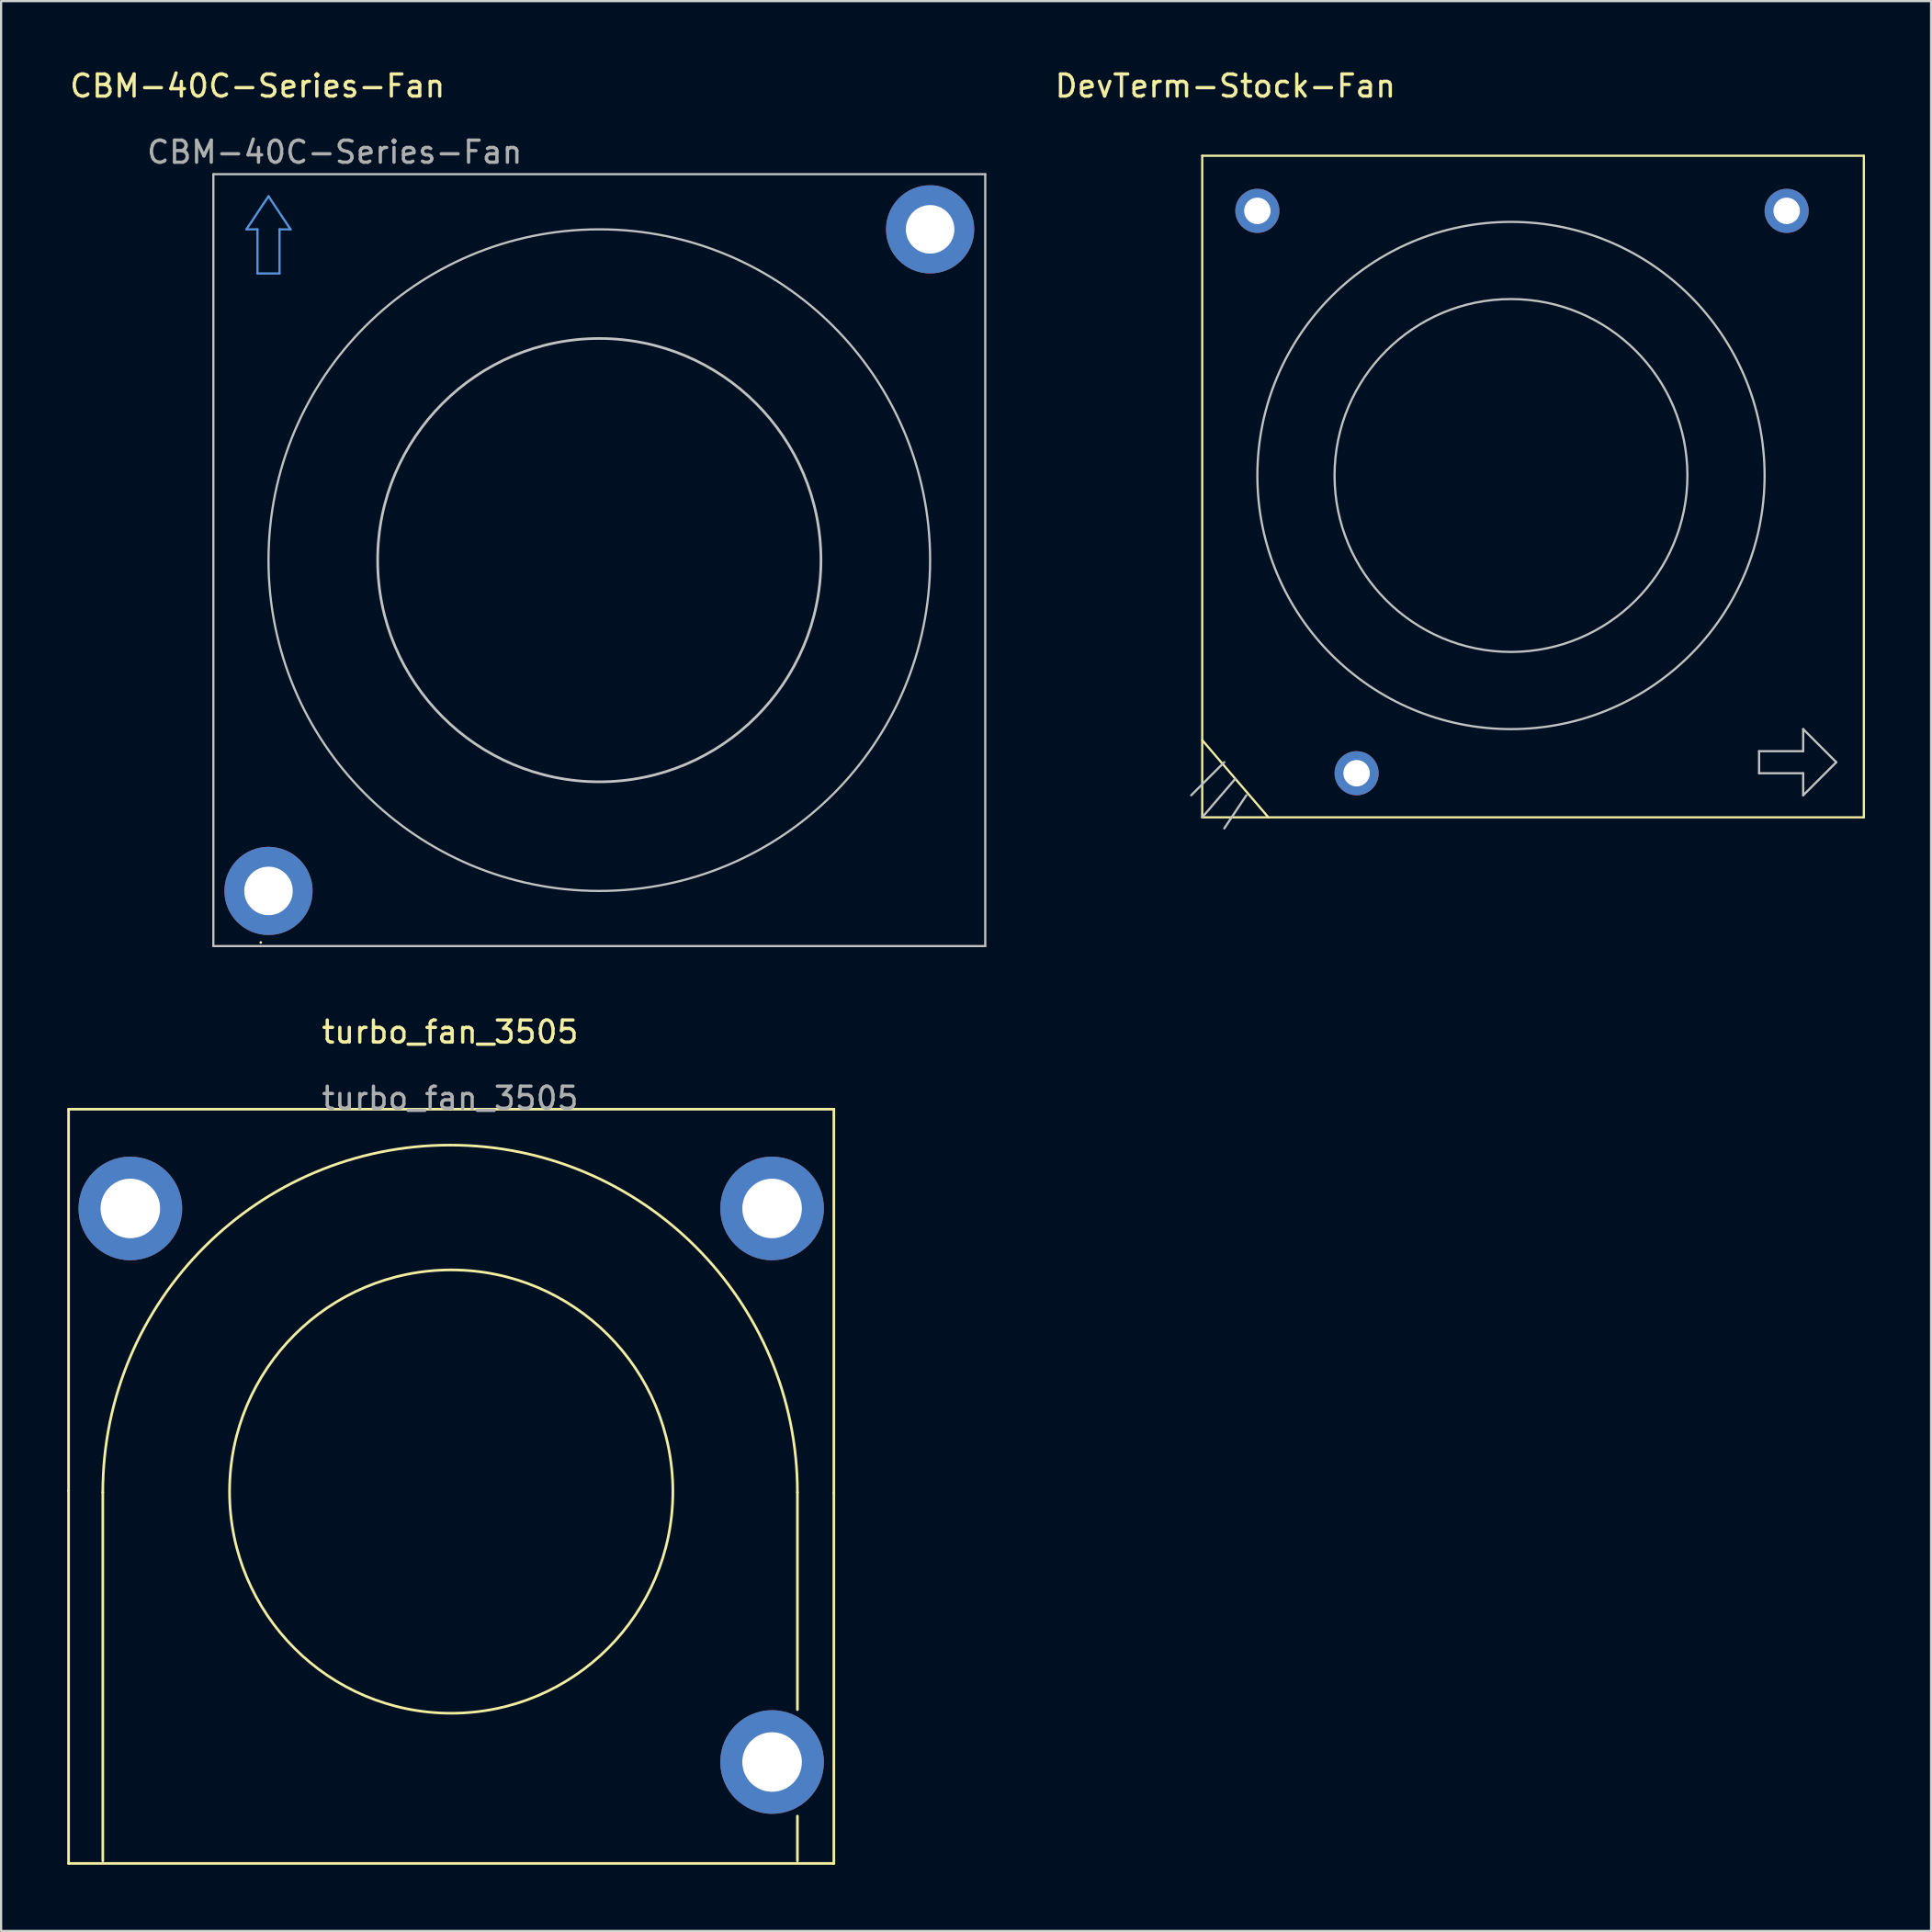
<source format=kicad_pcb>
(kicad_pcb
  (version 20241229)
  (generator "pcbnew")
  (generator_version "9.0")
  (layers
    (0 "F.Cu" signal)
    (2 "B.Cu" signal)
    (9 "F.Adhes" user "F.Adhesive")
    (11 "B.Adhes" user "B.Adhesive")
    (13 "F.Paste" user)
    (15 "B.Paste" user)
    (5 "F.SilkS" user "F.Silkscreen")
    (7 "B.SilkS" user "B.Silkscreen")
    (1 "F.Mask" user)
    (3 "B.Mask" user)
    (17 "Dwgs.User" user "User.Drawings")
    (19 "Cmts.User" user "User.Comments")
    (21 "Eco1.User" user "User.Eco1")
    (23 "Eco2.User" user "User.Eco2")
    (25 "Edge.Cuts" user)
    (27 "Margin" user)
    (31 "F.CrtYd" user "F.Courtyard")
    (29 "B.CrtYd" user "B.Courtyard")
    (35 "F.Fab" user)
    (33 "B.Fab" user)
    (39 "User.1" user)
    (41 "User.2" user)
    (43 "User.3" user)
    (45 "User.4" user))
  (footprint "DevTerm-Stock-Fan"
    (layer "F.Cu")
    (at 65.464 18.511)
    (property "Reference" "DevTerm-Stock-Fan" (at -12.95 -17.662 0) (unlocked yes) (layer "F.SilkS") (effects (font (size 1 1) (thickness 0.15))))
    (attr through_hole)
    (fp_line (start -14 -14.5) (end -14 15.5) (stroke (width 0.1) (type default)) (layer "F.SilkS"))
    (fp_line (start -14 15.5) (end 16 15.5) (stroke (width 0.1) (type default)) (layer "F.SilkS"))
    (fp_line (start -11 15.5) (end -14 12) (stroke (width 0.1) (type default)) (layer "F.SilkS"))
    (fp_line (start 16 -14.5) (end -14 -14.5) (stroke (width 0.1) (type default)) (layer "F.SilkS"))
    (fp_line (start 16 15.5) (end 16 -14.5) (stroke (width 0.1) (type default)) (layer "F.SilkS"))
    (fp_line (start -13 13) (end -14.5 14.5) (stroke (width 0.1) (type default)) (layer "Dwgs.User"))
    (fp_line (start -12.5 13.75) (end -14 15.5) (stroke (width 0.1) (type default)) (layer "Dwgs.User"))
    (fp_line (start -12 14.5) (end -13 16) (stroke (width 0.1) (type default)) (layer "Dwgs.User"))
    (fp_line (start 11.25 12.5) (end 11.25 13.5) (stroke (width 0.1) (type default)) (layer "Dwgs.User"))
    (fp_line (start 11.25 13.5) (end 13.25 13.5) (stroke (width 0.1) (type default)) (layer "Dwgs.User"))
    (fp_line (start 13.25 11.5) (end 13.25 12.5) (stroke (width 0.1) (type default)) (layer "Dwgs.User"))
    (fp_line (start 13.25 12.5) (end 11.25 12.5) (stroke (width 0.1) (type default)) (layer "Dwgs.User"))
    (fp_line (start 13.25 13.5) (end 13.25 14.5) (stroke (width 0.1) (type default)) (layer "Dwgs.User"))
    (fp_line (start 13.25 14.5) (end 14.75 13) (stroke (width 0.1) (type default)) (layer "Dwgs.User"))
    (fp_line (start 14.75 13) (end 13.25 11.5) (stroke (width 0.1) (type default)) (layer "Dwgs.User"))
    (fp_circle (center 0 0) (end 8 0) (stroke (width 0.1) (type default)) (fill no) (layer "Dwgs.User"))
    (fp_circle (center 0 0) (end 11.5 0) (stroke (width 0.1) (type default)) (fill no) (layer "Dwgs.User"))
    (pad "1" thru_hole circle (at -11.5 -12) (size 2 2) (drill 1.2) (layers "*.Cu" "*.Mask"))
    (pad "1" thru_hole circle (at -7 13.5) (size 2 2) (drill 1.2) (layers "*.Cu" "*.Mask"))
    (pad "1" thru_hole circle (at 12.5 -12) (size 2 2) (drill 1.2) (layers "*.Cu" "*.Mask")))
  (footprint "CBM-40C-Series-Fan"
    (layer "F.Cu")
    (at 24.075 2.011)
    (property "Reference" "CBM-40C-Series-Fan" (at -15.45 -1.162 0) (unlocked yes) (layer "F.SilkS") (effects (font (size 1 1) (thickness 0.15))))
    (attr through_hole)
    (fp_line (start -15.3 37.675) (end -15.3 37.675) (stroke (width 0.12) (type solid)) (layer "F.SilkS"))
    (fp_line (start -17.45 37.838) (end -17.45 2.838) (stroke (width 0.1) (type default)) (layer "Dwgs.User"))
    (fp_line (start -17.45 37.838) (end 17.55 37.838) (stroke (width 0.1) (type default)) (layer "Dwgs.User"))
    (fp_line (start 17.55 2.838) (end -17.45 2.838) (stroke (width 0.1) (type default)) (layer "Dwgs.User"))
    (fp_line (start 17.55 37.838) (end 17.55 2.838) (stroke (width 0.1) (type default)) (layer "Dwgs.User"))
    (fp_circle (center 0.05 20.338) (end 10.101 20.338) (stroke (width 0.12) (type solid)) (fill no) (layer "Dwgs.User"))
    (fp_circle (center 0.05 20.338) (end 15.05 20.338) (stroke (width 0.1) (type default)) (fill no) (layer "Dwgs.User"))
    (fp_line (start -15.95 5.338) (end -14.95 3.838) (stroke (width 0.1) (type default)) (layer "Cmts.User"))
    (fp_line (start -15.45 5.338) (end -15.95 5.338) (stroke (width 0.1) (type default)) (layer "Cmts.User"))
    (fp_line (start -15.45 7.338) (end -15.45 5.338) (stroke (width 0.1) (type default)) (layer "Cmts.User"))
    (fp_line (start -14.95 3.838) (end -13.95 5.338) (stroke (width 0.1) (type default)) (layer "Cmts.User"))
    (fp_line (start -14.45 5.338) (end -14.45 7.338) (stroke (width 0.1) (type default)) (layer "Cmts.User"))
    (fp_line (start -14.45 7.338) (end -15.45 7.338) (stroke (width 0.1) (type default)) (layer "Cmts.User"))
    (fp_line (start -13.95 5.338) (end -14.45 5.338) (stroke (width 0.1) (type default)) (layer "Cmts.User"))
    (fp_text user "${REFERENCE}" (at -11.95 1.838 0) (unlocked yes) (layer "F.Fab") (effects (font (size 1 1) (thickness 0.15))))
    (pad "1" thru_hole circle (at -14.95 35.338) (size 4 4) (drill 2.2) (layers "*.Cu" "*.Mask"))
    (pad "1" thru_hole circle (at 15.05 5.338) (size 4 4) (drill 2.2) (layers "*.Cu" "*.Mask")))
  (footprint "turbo_fan_3505"
    (layer "F.Cu")
    (at 17.36 44.246)
    (property "Reference" "turbo_fan_3505" (at 0 -0.5 0) (unlocked yes) (layer "F.SilkS") (effects (font (size 1 1) (thickness 0.15))))
    (attr through_hole)
    (fp_line (start -17.3 3) (end 0 3) (stroke (width 0.12) (type solid)) (layer "F.SilkS"))
    (fp_line (start -17.3 20.3) (end -17.3 3) (stroke (width 0.12) (type solid)) (layer "F.SilkS"))
    (fp_line (start -17.3 37.2) (end -17.3 20.3) (stroke (width 0.12) (type solid)) (layer "F.SilkS"))
    (fp_line (start -15.748 20.376) (end -15.748 37.084) (stroke (width 0.12) (type solid)) (layer "F.SilkS"))
    (fp_line (start 0 3) (end 17.4 3) (stroke (width 0.12) (type solid)) (layer "F.SilkS"))
    (fp_line (start 15.748 20.376) (end 15.748 30.226) (stroke (width 0.12) (type solid)) (layer "F.SilkS"))
    (fp_line (start 15.748 35.052) (end 15.748 37.084) (stroke (width 0.12) (type solid)) (layer "F.SilkS"))
    (fp_line (start 17.4 3) (end 17.4 3) (stroke (width 0.12) (type solid)) (layer "F.SilkS"))
    (fp_line (start 17.4 3) (end 17.4 20.4) (stroke (width 0.12) (type solid)) (layer "F.SilkS"))
    (fp_line (start 17.4 20.4) (end 17.4 37.2) (stroke (width 0.12) (type solid)) (layer "F.SilkS"))
    (fp_line (start 17.4 37.2) (end -17.3 37.2) (stroke (width 0.12) (type solid)) (layer "F.SilkS"))
    (fp_arc (start -15.748 20.37581) (mid -0.000027 4.593) (end 15.748 20.375755) (stroke (width 0.12) (type solid)) (layer "F.SilkS"))
    (fp_circle (center 0.05 20.338) (end -10 20.2) (stroke (width 0.12) (type solid)) (fill no) (layer "F.SilkS"))
    (fp_text user "${REFERENCE}" (at 0 2.5 0) (unlocked yes) (layer "F.Fab") (effects (font (size 1 1) (thickness 0.15))))
    (pad "1" thru_hole circle (at -14.5 7.5) (size 4.7 4.7) (drill 2.7) (layers "*.Cu" "*.Mask"))
    (pad "1" thru_hole circle (at 14.6 7.5) (size 4.7 4.7) (drill 2.7) (layers "*.Cu" "*.Mask"))
    (pad "1" thru_hole circle (at 14.6 32.6) (size 4.7 4.7) (drill 2.7) (layers "*.Cu" "*.Mask")))
  (gr_rect
    (start -3 -3)
    (end 84.514 84.507)
    (stroke (width 0.1) (type default))
    (fill no)
    (layer "Edge.Cuts")))
</source>
